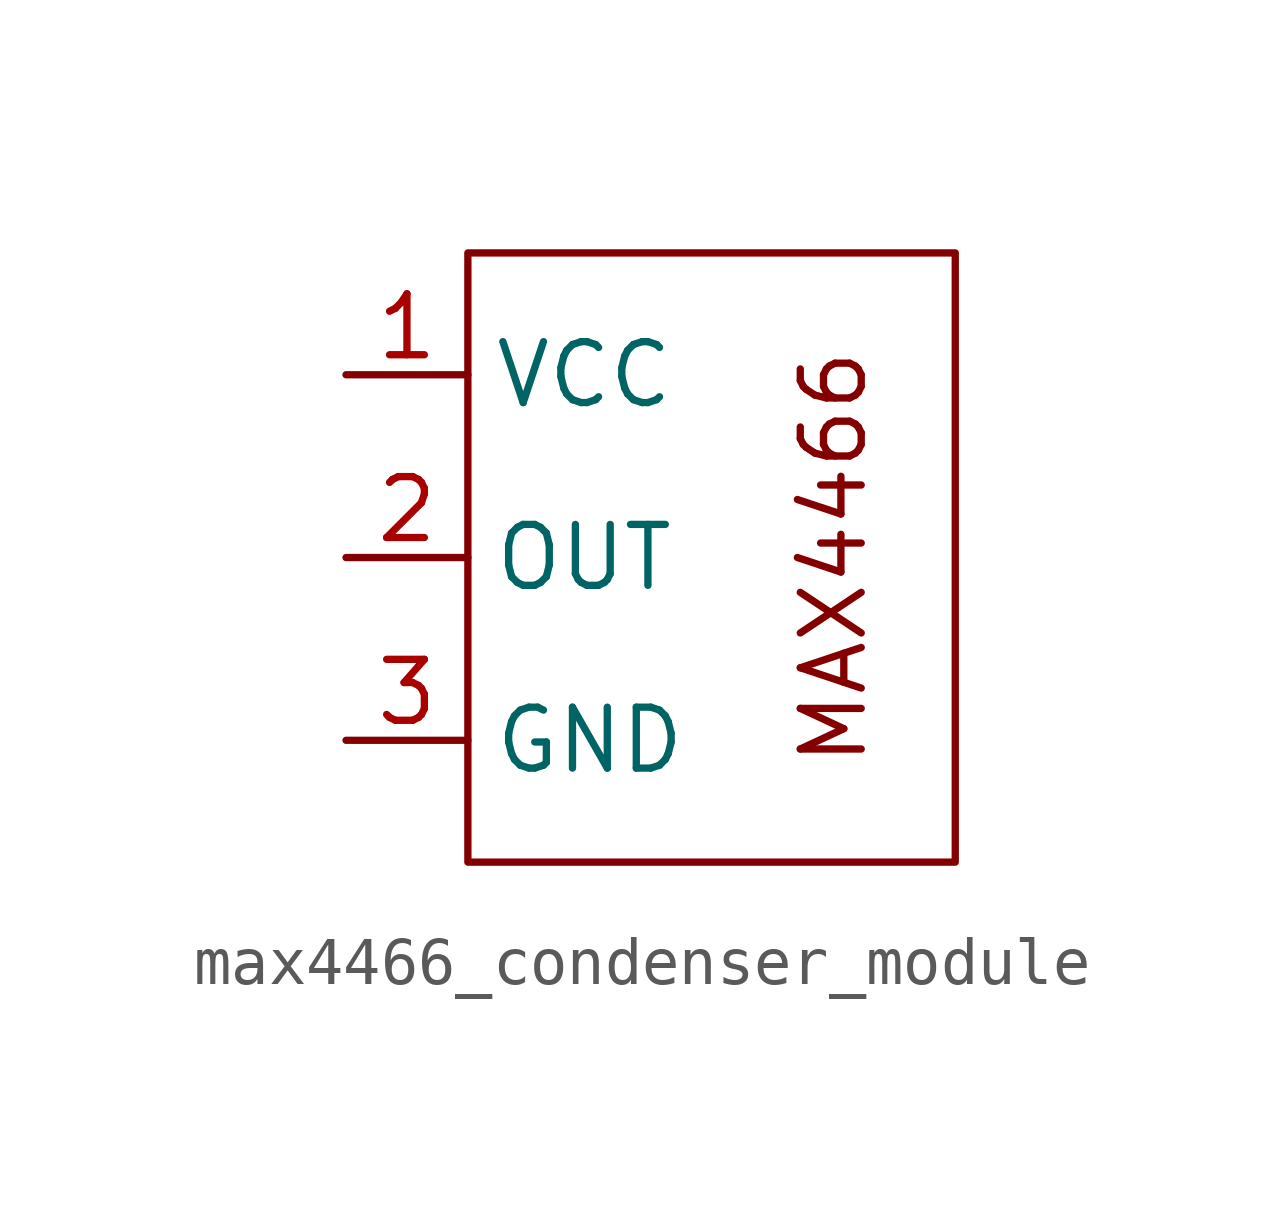
<source format=kicad_sym>
(kicad_symbol_lib
  (version 20241209)
  (generator "kicad_symbol_editor")
  (generator_version "9.0")
  (symbol "max4466_condenser_module"
    (property "Reference" "MK"
      (at 0 7.874 0)
      (effects (font (size 1.27 1.27)) (hide yes)))
    (property "Value" ""
      (at 0 0 0)
      (effects (font (size 1.27 1.27))))
    (symbol "max4466_condenser_module_0_1"
      (rectangle (start -5.08 -6.35) (end 5.08 6.35) (stroke (width 0) (type default)) (fill (type none))))
    (symbol "max4466_condenser_module_1_1"
      (text "MAX4466\n" (at 2.54 0 900) (effects (font (size 1.27 1.27))))
      (pin power_in line (at -7.62 3.81 0) (length 2.54) (name "VCC" (effects (font (size 1.27 1.27)))) (number "1" (effects (font (size 1.27 1.27)))))
      (pin output line (at -7.62 0 0) (length 2.54) (name "OUT" (effects (font (size 1.27 1.27)))) (number "2" (effects (font (size 1.27 1.27)))))
      (pin passive line (at -7.62 -3.81 0) (length 2.54) (name "GND" (effects (font (size 1.27 1.27)))) (number "3" (effects (font (size 1.27 1.27))))))))
</source>
